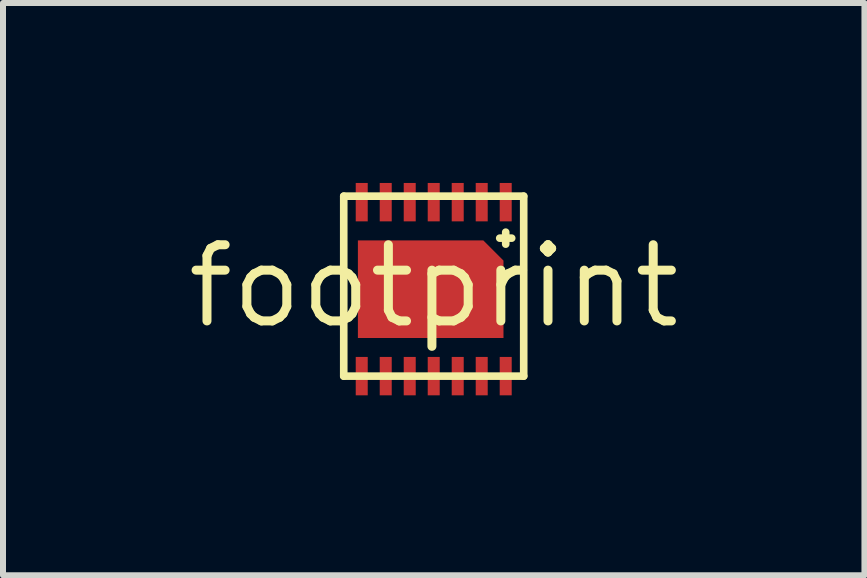
<source format=kicad_pcb>
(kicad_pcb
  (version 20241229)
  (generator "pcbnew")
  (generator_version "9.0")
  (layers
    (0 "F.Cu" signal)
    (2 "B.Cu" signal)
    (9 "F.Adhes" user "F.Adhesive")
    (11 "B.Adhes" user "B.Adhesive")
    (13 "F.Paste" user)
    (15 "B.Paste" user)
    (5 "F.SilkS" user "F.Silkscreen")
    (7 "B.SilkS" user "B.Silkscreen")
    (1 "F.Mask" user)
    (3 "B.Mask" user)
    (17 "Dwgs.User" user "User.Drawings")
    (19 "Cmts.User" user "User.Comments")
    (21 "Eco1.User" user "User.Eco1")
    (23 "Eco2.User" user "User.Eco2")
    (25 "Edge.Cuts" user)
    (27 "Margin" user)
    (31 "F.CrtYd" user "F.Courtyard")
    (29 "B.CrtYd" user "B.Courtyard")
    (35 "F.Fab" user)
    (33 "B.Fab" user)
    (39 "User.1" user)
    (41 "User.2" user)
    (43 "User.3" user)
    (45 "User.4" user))
  (footprint "footprint"
    (layer "F.Cu")
    (at 4.18 1.72)
    (property "Reference" "footprint" (at 0 0 0) (layer "F.SilkS") (effects (font (size 1.27 1.27) (thickness 0.15))))
    (fp_poly (pts (xy 1.163 -0.426) (xy 1.163 0.864) (xy -1.264 0.864) (xy -1.264 -0.763) (xy 0.826 -0.763)) (stroke (width 0) (type solid)) (fill yes) (layer "F.Cu"))
    (fp_poly (pts (xy 1.163 -0.426) (xy 1.163 0.864) (xy -1.264 0.864) (xy -1.264 -0.763) (xy 0.826 -0.763)) (stroke (width 0) (type solid)) (fill yes) (layer "F.Mask"))
    (fp_line (start -1.5 -1.5) (end 1.5 -1.5) (stroke (width 0.127) (type solid)) (layer "F.SilkS"))
    (fp_line (start -1.5 1.5) (end -1.5 -1.5) (stroke (width 0.127) (type solid)) (layer "F.SilkS"))
    (fp_line (start 1.1 -0.8) (end 1.3 -0.8) (stroke (width 0.127) (type solid)) (layer "F.SilkS"))
    (fp_line (start 1.2 -0.7) (end 1.2 -0.9) (stroke (width 0.127) (type solid)) (layer "F.SilkS"))
    (fp_line (start 1.5 -1.5) (end 1.5 1.5) (stroke (width 0.127) (type solid)) (layer "F.SilkS"))
    (fp_line (start 1.5 1.5) (end -1.5 1.5) (stroke (width 0.127) (type solid)) (layer "F.SilkS"))
    (fp_poly (pts (xy -0.936 -0.137) (xy -1.264 -0.137) (xy -1.264 -0.763) (xy -0.936 -0.763)) (stroke (width 0) (type solid)) (fill yes) (layer "F.Paste"))
    (fp_poly (pts (xy -0.936 0.864) (xy -1.264 0.864) (xy -1.264 0.236) (xy -0.936 0.236)) (stroke (width 0) (type solid)) (fill yes) (layer "F.Paste"))
    (fp_poly (pts (xy -0.236 -0.137) (xy -0.564 -0.137) (xy -0.564 -0.763) (xy -0.236 -0.763)) (stroke (width 0) (type solid)) (fill yes) (layer "F.Paste"))
    (fp_poly (pts (xy -0.236 0.864) (xy -0.564 0.864) (xy -0.564 0.236) (xy -0.236 0.236)) (stroke (width 0) (type solid)) (fill yes) (layer "F.Paste"))
    (fp_poly (pts (xy 0.464 -0.137) (xy 0.137 -0.137) (xy 0.137 -0.763) (xy 0.464 -0.763)) (stroke (width 0) (type solid)) (fill yes) (layer "F.Paste"))
    (fp_poly (pts (xy 0.464 0.864) (xy 0.137 0.864) (xy 0.137 0.236) (xy 0.464 0.236)) (stroke (width 0) (type solid)) (fill yes) (layer "F.Paste"))
    (fp_poly (pts (xy 1.163 -0.137) (xy 0.837 -0.137) (xy 0.837 -0.763) (xy 1.163 -0.763)) (stroke (width 0) (type solid)) (fill yes) (layer "F.Paste"))
    (fp_poly (pts (xy 1.163 0.864) (xy 0.837 0.864) (xy 0.837 0.236) (xy 1.163 0.236)) (stroke (width 0) (type solid)) (fill yes) (layer "F.Paste"))
    (pad "1" smd rect (at 1.2 -1.4 90) (size 0.64 0.2) (layers "F.Cu" "F.Mask" "F.Paste"))
    (pad "2" smd rect (at 0.8 -1.4 90) (size 0.64 0.2) (layers "F.Cu" "F.Mask" "F.Paste"))
    (pad "3" smd rect (at 0.4 -1.4 90) (size 0.64 0.2) (layers "F.Cu" "F.Mask" "F.Paste"))
    (pad "4" smd rect (at 0 -1.4 90) (size 0.64 0.2) (layers "F.Cu" "F.Mask" "F.Paste"))
    (pad "5" smd rect (at -0.4 -1.4 90) (size 0.64 0.2) (layers "F.Cu" "F.Mask" "F.Paste"))
    (pad "6" smd rect (at -0.8 -1.4 90) (size 0.64 0.2) (layers "F.Cu" "F.Mask" "F.Paste"))
    (pad "7" smd rect (at -1.2 -1.4 90) (size 0.64 0.2) (layers "F.Cu" "F.Mask" "F.Paste"))
    (pad "8" smd rect (at -1.2 1.5 90) (size 0.64 0.2) (layers "F.Cu" "F.Mask" "F.Paste"))
    (pad "9" smd rect (at -0.8 1.5 90) (size 0.64 0.2) (layers "F.Cu" "F.Mask" "F.Paste"))
    (pad "10" smd rect (at -0.4 1.5 90) (size 0.64 0.2) (layers "F.Cu" "F.Mask" "F.Paste"))
    (pad "11" smd rect (at 0 1.5 90) (size 0.64 0.2) (layers "F.Cu" "F.Mask" "F.Paste"))
    (pad "12" smd rect (at 0.4 1.5 90) (size 0.64 0.2) (layers "F.Cu" "F.Mask" "F.Paste"))
    (pad "13" smd rect (at 0.8 1.5 90) (size 0.64 0.2) (layers "F.Cu" "F.Mask" "F.Paste"))
    (pad "14" smd rect (at 1.2 1.5 90) (size 0.64 0.2) (layers "F.Cu" "F.Mask" "F.Paste")))
  (gr_rect
    (start -3 -3)
    (end 11.36 6.54)
    (stroke (width 0.1) (type default))
    (fill no)
    (layer "Edge.Cuts")))
</source>
